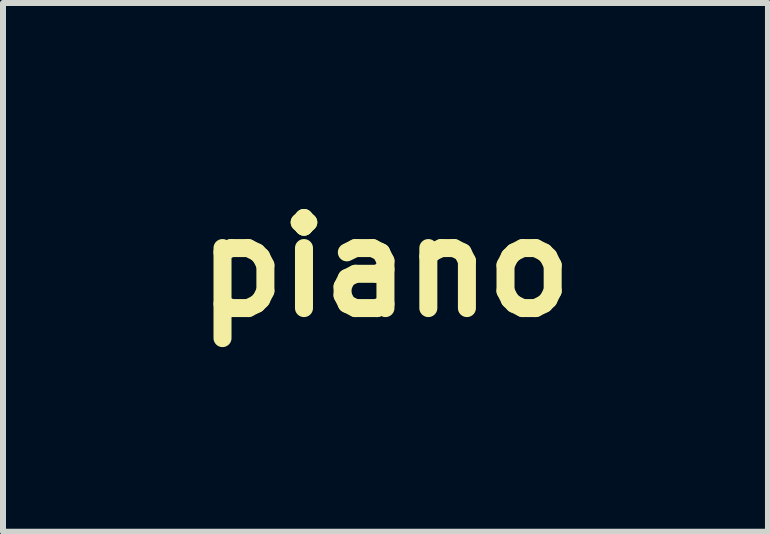
<source format=kicad_pcb>
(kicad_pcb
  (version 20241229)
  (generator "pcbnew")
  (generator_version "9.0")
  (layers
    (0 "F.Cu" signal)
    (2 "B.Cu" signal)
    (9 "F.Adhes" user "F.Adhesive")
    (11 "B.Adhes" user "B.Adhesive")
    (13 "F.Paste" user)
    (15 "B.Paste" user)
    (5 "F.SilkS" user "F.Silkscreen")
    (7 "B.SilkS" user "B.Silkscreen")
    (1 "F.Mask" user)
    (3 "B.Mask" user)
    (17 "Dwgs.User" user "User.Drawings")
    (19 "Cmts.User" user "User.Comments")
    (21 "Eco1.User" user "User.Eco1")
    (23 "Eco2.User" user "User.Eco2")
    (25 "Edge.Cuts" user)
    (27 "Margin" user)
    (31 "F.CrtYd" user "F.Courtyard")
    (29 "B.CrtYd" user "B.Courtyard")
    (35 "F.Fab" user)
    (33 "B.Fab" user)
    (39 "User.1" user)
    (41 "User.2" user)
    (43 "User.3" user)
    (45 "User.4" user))
  (footprint "piano"
    (layer "F.Cu")
    (at 3.371 1.404)
    (property "Reference" "piano" (at 0 0 0) (layer "F.SilkS") (effects (font (size 1.5 1.5) (thickness 0.3))))
    (attr board_only exclude_from_pos_files exclude_from_bom)
    (fp_poly (pts (xy -1.812 -0.516) (xy -1.814 -0.514) (xy -1.816 -0.516) (xy -1.814 -0.518)) (stroke (width 0) (type solid)) (fill yes) (layer "F.Mask"))
    (fp_poly (pts (xy 1.889 -0.017) (xy 1.889 1.11) (xy -0.01 1.11) (xy -1.908 1.11) (xy -1.908 -0.017) (xy -1.847 -0.017) (xy -1.847 1.048) (xy -0.01 1.048) (xy 1.827 1.048) (xy 1.827 -0.017) (xy 1.827 -1.083) (xy -0.01 -1.083) (xy -1.847 -1.083) (xy -1.847 -0.017) (xy -1.908 -0.017) (xy -1.908 -1.144) (xy -0.01 -1.144) (xy 1.889 -1.144)) (stroke (width 0) (type solid)) (fill yes) (layer "F.Mask"))
    (fp_poly (pts (xy -1.467 -0.392) (xy -1.467 0.226) (xy -1.392 0.227) (xy -1.317 0.228) (xy -1.317 0.598) (xy -1.317 0.651) (xy -1.317 0.701) (xy -1.317 0.749) (xy -1.317 0.794) (xy -1.317 0.835) (xy -1.317 0.872) (xy -1.317 0.903) (xy -1.317 0.93) (xy -1.317 0.951) (xy -1.317 0.965) (xy -1.317 0.972) (xy -1.317 0.973) (xy -1.318 0.974) (xy -1.32 0.975) (xy -1.325 0.976) (xy -1.333 0.977) (xy -1.344 0.978) (xy -1.359 0.978) (xy -1.379 0.978) (xy -1.403 0.979) (xy -1.434 0.979) (xy -1.471 0.979) (xy -1.514 0.979) (xy -1.549 0.979) (xy -1.781 0.979) (xy -1.781 -0.015) (xy -1.781 -1.01) (xy -1.624 -1.01) (xy -1.467 -1.01)) (stroke (width 0) (type solid)) (fill yes) (layer "F.Mask"))
    (fp_poly (pts (xy -0.291 -0.027) (xy -0.291 0.06) (xy -0.291 0.144) (xy -0.291 0.226) (xy -0.291 0.306) (xy -0.291 0.382) (xy -0.291 0.455) (xy -0.291 0.525) (xy -0.291 0.591) (xy -0.291 0.652) (xy -0.291 0.709) (xy -0.291 0.761) (xy -0.291 0.808) (xy -0.291 0.849) (xy -0.291 0.884) (xy -0.291 0.913) (xy -0.291 0.936) (xy -0.291 0.952) (xy -0.291 0.96) (xy -0.291 0.962) (xy -0.291 0.965) (xy -0.291 0.968) (xy -0.291 0.971) (xy -0.293 0.973) (xy -0.297 0.975) (xy -0.304 0.976) (xy -0.313 0.977) (xy -0.326 0.978) (xy -0.343 0.978) (xy -0.365 0.979) (xy -0.392 0.979) (xy -0.426 0.979) (xy -0.465 0.979) (xy -0.512 0.979) (xy -0.514 0.979) (xy -0.555 0.979) (xy -0.593 0.979) (xy -0.628 0.979) (xy -0.66 0.978) (xy -0.687 0.978) (xy -0.709 0.978) (xy -0.725 0.977) (xy -0.734 0.977) (xy -0.737 0.976) (xy -0.737 0.972) (xy -0.737 0.961) (xy -0.737 0.943) (xy -0.737 0.919) (xy -0.737 0.889) (xy -0.737 0.854) (xy -0.738 0.815) (xy -0.738 0.772) (xy -0.738 0.725) (xy -0.738 0.676) (xy -0.738 0.624) (xy -0.738 0.6) (xy -0.739 0.227) (xy -0.663 0.227) (xy -0.587 0.227) (xy -0.587 -0.392) (xy -0.587 -1.01) (xy -0.44 -1.01) (xy -0.292 -1.01)) (stroke (width 0) (type solid)) (fill yes) (layer "F.Mask"))
    (fp_poly (pts (xy 0.069 -0.392) (xy 0.069 0.226) (xy 0.144 0.227) (xy 0.219 0.228) (xy 0.219 0.598) (xy 0.219 0.651) (xy 0.219 0.701) (xy 0.219 0.749) (xy 0.219 0.794) (xy 0.219 0.835) (xy 0.219 0.872) (xy 0.219 0.903) (xy 0.219 0.93) (xy 0.219 0.951) (xy 0.219 0.965) (xy 0.219 0.972) (xy 0.219 0.973) (xy 0.218 0.974) (xy 0.216 0.976) (xy 0.211 0.976) (xy 0.203 0.977) (xy 0.192 0.978) (xy 0.176 0.978) (xy 0.156 0.978) (xy 0.131 0.979) (xy 0.1 0.979) (xy 0.063 0.979) (xy 0.019 0.979) (xy -0.004 0.979) (xy -0.051 0.979) (xy -0.091 0.979) (xy -0.124 0.979) (xy -0.152 0.979) (xy -0.174 0.978) (xy -0.191 0.978) (xy -0.204 0.978) (xy -0.214 0.977) (xy -0.22 0.976) (xy -0.224 0.975) (xy -0.226 0.974) (xy -0.227 0.973) (xy -0.227 0.973) (xy -0.227 0.968) (xy -0.227 0.956) (xy -0.227 0.938) (xy -0.228 0.912) (xy -0.228 0.88) (xy -0.228 0.843) (xy -0.228 0.799) (xy -0.228 0.75) (xy -0.228 0.696) (xy -0.228 0.637) (xy -0.228 0.573) (xy -0.228 0.506) (xy -0.228 0.435) (xy -0.228 0.36) (xy -0.228 0.282) (xy -0.228 0.201) (xy -0.228 0.118) (xy -0.228 0.033) (xy -0.227 -0.022) (xy -0.226 -1.01) (xy -0.079 -1.01) (xy 0.069 -1.01)) (stroke (width 0) (type solid)) (fill yes) (layer "F.Mask"))
    (fp_poly (pts (xy 1.755 -0.022) (xy 1.756 0.065) (xy 1.756 0.149) (xy 1.756 0.232) (xy 1.756 0.312) (xy 1.756 0.388) (xy 1.756 0.462) (xy 1.756 0.532) (xy 1.756 0.598) (xy 1.756 0.659) (xy 1.756 0.717) (xy 1.756 0.769) (xy 1.756 0.816) (xy 1.756 0.857) (xy 1.756 0.893) (xy 1.756 0.923) (xy 1.755 0.946) (xy 1.755 0.962) (xy 1.755 0.971) (xy 1.755 0.973) (xy 1.754 0.974) (xy 1.753 0.975) (xy 1.749 0.976) (xy 1.743 0.977) (xy 1.733 0.977) (xy 1.721 0.978) (xy 1.704 0.978) (xy 1.682 0.979) (xy 1.655 0.979) (xy 1.623 0.979) (xy 1.584 0.979) (xy 1.537 0.979) (xy 1.532 0.979) (xy 1.484 0.979) (xy 1.444 0.979) (xy 1.41 0.979) (xy 1.383 0.979) (xy 1.36 0.978) (xy 1.343 0.978) (xy 1.33 0.977) (xy 1.32 0.977) (xy 1.314 0.976) (xy 1.311 0.975) (xy 1.309 0.974) (xy 1.309 0.973) (xy 1.309 0.969) (xy 1.309 0.957) (xy 1.309 0.939) (xy 1.309 0.914) (xy 1.309 0.884) (xy 1.309 0.849) (xy 1.309 0.81) (xy 1.309 0.766) (xy 1.309 0.72) (xy 1.309 0.67) (xy 1.309 0.618) (xy 1.309 0.598) (xy 1.309 0.228) (xy 1.384 0.227) (xy 1.459 0.226) (xy 1.459 -0.392) (xy 1.459 -1.01) (xy 1.607 -1.01) (xy 1.754 -1.01)) (stroke (width 0) (type solid)) (fill yes) (layer "F.Mask"))
    (fp_poly (pts (xy -0.956 -0.392) (xy -0.956 0.226) (xy -0.879 0.227) (xy -0.802 0.228) (xy -0.802 0.6) (xy -0.802 0.653) (xy -0.802 0.703) (xy -0.802 0.751) (xy -0.802 0.796) (xy -0.802 0.837) (xy -0.802 0.874) (xy -0.802 0.905) (xy -0.802 0.932) (xy -0.802 0.953) (xy -0.802 0.967) (xy -0.802 0.974) (xy -0.802 0.975) (xy -0.806 0.976) (xy -0.818 0.977) (xy -0.836 0.978) (xy -0.863 0.978) (xy -0.896 0.978) (xy -0.937 0.979) (xy -0.985 0.979) (xy -1.027 0.979) (xy -1.074 0.979) (xy -1.114 0.979) (xy -1.148 0.979) (xy -1.176 0.979) (xy -1.198 0.978) (xy -1.215 0.978) (xy -1.229 0.978) (xy -1.238 0.977) (xy -1.245 0.976) (xy -1.249 0.975) (xy -1.251 0.974) (xy -1.252 0.973) (xy -1.252 0.972) (xy -1.252 0.967) (xy -1.252 0.956) (xy -1.252 0.938) (xy -1.252 0.914) (xy -1.252 0.885) (xy -1.252 0.852) (xy -1.252 0.814) (xy -1.252 0.774) (xy -1.252 0.732) (xy -1.252 0.687) (xy -1.252 0.641) (xy -1.252 0.595) (xy -1.252 0.549) (xy -1.252 0.503) (xy -1.252 0.459) (xy -1.252 0.417) (xy -1.252 0.378) (xy -1.252 0.341) (xy -1.252 0.309) (xy -1.252 0.282) (xy -1.252 0.259) (xy -1.252 0.243) (xy -1.252 0.232) (xy -1.252 0.229) (xy -1.248 0.229) (xy -1.238 0.228) (xy -1.222 0.227) (xy -1.202 0.226) (xy -1.18 0.226) (xy -1.176 0.226) (xy -1.1 0.225) (xy -1.099 -0.393) (xy -1.098 -1.01) (xy -1.027 -1.01) (xy -0.956 -1.01)) (stroke (width 0) (type solid)) (fill yes) (layer "F.Mask"))
    (fp_poly (pts (xy 1.09 -0.392) (xy 1.09 0.227) (xy 1.167 0.227) (xy 1.19 0.227) (xy 1.211 0.227) (xy 1.227 0.228) (xy 1.239 0.228) (xy 1.244 0.229) (xy 1.244 0.229) (xy 1.244 0.234) (xy 1.244 0.245) (xy 1.244 0.262) (xy 1.244 0.286) (xy 1.244 0.314) (xy 1.244 0.347) (xy 1.244 0.384) (xy 1.244 0.424) (xy 1.244 0.467) (xy 1.244 0.511) (xy 1.244 0.557) (xy 1.244 0.603) (xy 1.244 0.649) (xy 1.244 0.695) (xy 1.244 0.739) (xy 1.244 0.781) (xy 1.244 0.821) (xy 1.244 0.858) (xy 1.244 0.89) (xy 1.244 0.918) (xy 1.244 0.941) (xy 1.244 0.958) (xy 1.244 0.969) (xy 1.244 0.972) (xy 1.244 0.974) (xy 1.242 0.975) (xy 1.239 0.976) (xy 1.234 0.977) (xy 1.225 0.977) (xy 1.214 0.978) (xy 1.198 0.978) (xy 1.178 0.979) (xy 1.153 0.979) (xy 1.122 0.979) (xy 1.085 0.979) (xy 1.041 0.979) (xy 1.019 0.979) (xy 0.966 0.979) (xy 0.92 0.979) (xy 0.881 0.978) (xy 0.849 0.978) (xy 0.824 0.977) (xy 0.807 0.977) (xy 0.797 0.976) (xy 0.795 0.975) (xy 0.795 0.971) (xy 0.795 0.959) (xy 0.795 0.941) (xy 0.795 0.917) (xy 0.795 0.887) (xy 0.795 0.853) (xy 0.795 0.813) (xy 0.795 0.77) (xy 0.795 0.724) (xy 0.795 0.674) (xy 0.795 0.622) (xy 0.795 0.6) (xy 0.795 0.228) (xy 0.871 0.227) (xy 0.948 0.226) (xy 0.948 -0.392) (xy 0.948 -1.01) (xy 1.019 -1.01) (xy 1.09 -1.01)) (stroke (width 0) (type solid)) (fill yes) (layer "F.Mask"))
    (fp_poly (pts (xy 0.58 -0.392) (xy 0.58 0.227) (xy 0.656 0.227) (xy 0.731 0.227) (xy 0.73 0.6) (xy 0.73 0.653) (xy 0.73 0.703) (xy 0.73 0.752) (xy 0.73 0.796) (xy 0.73 0.837) (xy 0.73 0.874) (xy 0.73 0.906) (xy 0.73 0.933) (xy 0.73 0.953) (xy 0.729 0.968) (xy 0.729 0.975) (xy 0.729 0.976) (xy 0.726 0.977) (xy 0.715 0.977) (xy 0.698 0.978) (xy 0.675 0.978) (xy 0.648 0.978) (xy 0.616 0.979) (xy 0.58 0.979) (xy 0.541 0.979) (xy 0.507 0.979) (xy 0.46 0.979) (xy 0.42 0.979) (xy 0.386 0.979) (xy 0.359 0.979) (xy 0.337 0.978) (xy 0.32 0.978) (xy 0.307 0.978) (xy 0.297 0.977) (xy 0.291 0.976) (xy 0.287 0.975) (xy 0.285 0.974) (xy 0.284 0.973) (xy 0.284 0.972) (xy 0.284 0.967) (xy 0.284 0.956) (xy 0.284 0.938) (xy 0.284 0.914) (xy 0.284 0.885) (xy 0.284 0.852) (xy 0.284 0.814) (xy 0.284 0.774) (xy 0.284 0.732) (xy 0.284 0.687) (xy 0.284 0.641) (xy 0.284 0.595) (xy 0.284 0.549) (xy 0.284 0.503) (xy 0.284 0.459) (xy 0.284 0.417) (xy 0.284 0.378) (xy 0.284 0.341) (xy 0.284 0.309) (xy 0.284 0.281) (xy 0.284 0.259) (xy 0.284 0.242) (xy 0.284 0.232) (xy 0.284 0.229) (xy 0.288 0.229) (xy 0.298 0.228) (xy 0.313 0.227) (xy 0.333 0.227) (xy 0.356 0.227) (xy 0.361 0.227) (xy 0.438 0.227) (xy 0.438 -0.392) (xy 0.438 -1.01) (xy 0.509 -1.01) (xy 0.58 -1.01)) (stroke (width 0) (type solid)) (fill yes) (layer "F.Mask")))
  (gr_rect
    (start -3 -3)
    (end 9.743 5.808)
    (stroke (width 0.1) (type default))
    (fill no)
    (layer "Edge.Cuts")))
</source>
